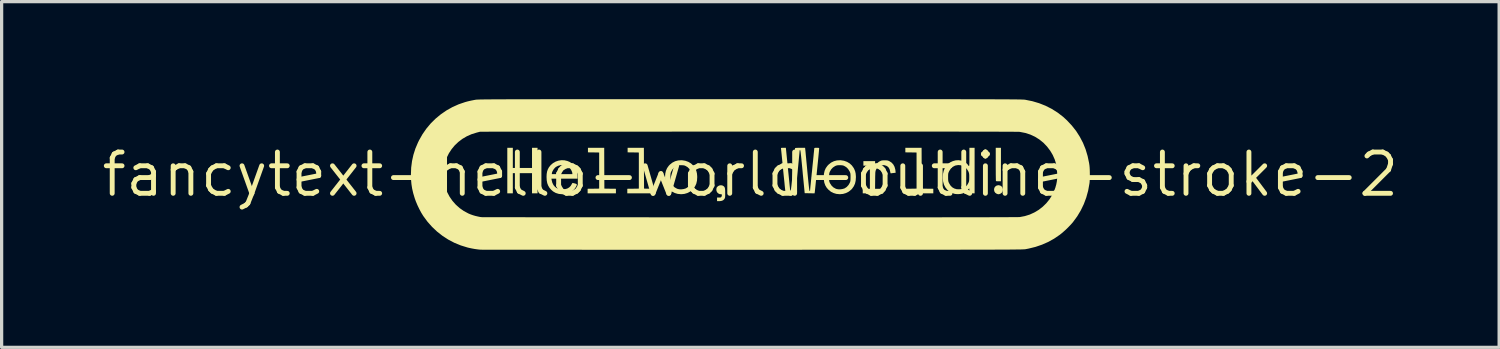
<source format=kicad_pcb>
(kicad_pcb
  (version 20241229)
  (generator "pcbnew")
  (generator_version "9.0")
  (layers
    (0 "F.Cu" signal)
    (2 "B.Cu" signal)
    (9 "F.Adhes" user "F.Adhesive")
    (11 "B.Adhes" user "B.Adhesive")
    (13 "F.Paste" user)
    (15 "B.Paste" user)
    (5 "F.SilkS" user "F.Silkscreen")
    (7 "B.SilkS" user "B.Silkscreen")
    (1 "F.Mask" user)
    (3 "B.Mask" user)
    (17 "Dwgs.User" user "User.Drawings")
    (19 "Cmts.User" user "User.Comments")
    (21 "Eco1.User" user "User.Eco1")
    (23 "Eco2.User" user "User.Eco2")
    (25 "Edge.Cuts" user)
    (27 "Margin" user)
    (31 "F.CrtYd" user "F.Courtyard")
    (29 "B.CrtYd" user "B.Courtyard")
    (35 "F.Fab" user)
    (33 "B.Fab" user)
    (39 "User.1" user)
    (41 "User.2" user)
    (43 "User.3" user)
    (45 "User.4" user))
  (footprint "fancytext-hello-world-outline-stroke-2"
    (layer "F.Cu")
    (at 20.025 2.315)
    (property "Reference" "fancytext-hello-world-outline-stroke-2" (at 0 0 0) (layer "F.SilkS") (effects (font (size 1.27 1.27) (thickness 0.15))))
    (attr board_only exclude_from_pos_files exclude_from_bom)
    (fp_poly (pts (xy 7.552 0.203) (xy 7.55 0.192) (xy 7.549 0.163) (xy 7.548 0.118) (xy 7.547 0.058) (xy 7.546 -0.014) (xy 7.546 -0.096) (xy 7.545 -0.187) (xy 7.545 -0.284) (xy 7.545 -0.312) (xy 7.545 -0.82) (xy 7.625 -0.82) (xy 7.705 -0.82) (xy 7.705 -0.305) (xy 7.705 0.21) (xy 7.632 0.21) (xy 7.595 0.209) (xy 7.567 0.207) (xy 7.552 0.204) (xy 7.552 0.203)) (stroke (width 0) (type solid)) (fill yes) (layer "F.SilkS"))
    (fp_poly (pts (xy -5.005 0.51) (xy -5.005 0.44) (xy -4.827 0.438) (xy -4.65 0.435) (xy -4.65 -0.12) (xy -4.65 -0.675) (xy -4.822 -0.678) (xy -4.995 -0.68) (xy -4.995 -0.75) (xy -4.995 -0.82) (xy -4.745 -0.82) (xy -4.495 -0.82) (xy -4.493 -0.193) (xy -4.49 0.435) (xy -4.312 0.438) (xy -4.135 0.44) (xy -4.135 0.51) (xy -4.135 0.58) (xy -4.57 0.58) (xy -5.005 0.58) (xy -5.005 0.51)) (stroke (width 0) (type solid)) (fill yes) (layer "F.SilkS"))
    (fp_poly (pts (xy -3.785 0.51) (xy -3.785 0.44) (xy -3.607 0.438) (xy -3.43 0.435) (xy -3.43 -0.12) (xy -3.43 -0.675) (xy -3.603 -0.678) (xy -3.775 -0.68) (xy -3.775 -0.75) (xy -3.775 -0.82) (xy -3.525 -0.82) (xy -3.275 -0.82) (xy -3.273 -0.193) (xy -3.27 0.435) (xy -3.092 0.438) (xy -2.915 0.44) (xy -2.915 0.51) (xy -2.915 0.58) (xy -3.35 0.58) (xy -3.785 0.58) (xy -3.785 0.51)) (stroke (width 0) (type solid)) (fill yes) (layer "F.SilkS"))
    (fp_poly (pts (xy 4.755 0.51) (xy 4.755 0.44) (xy 4.933 0.438) (xy 5.11 0.435) (xy 5.11 -0.12) (xy 5.11 -0.675) (xy 4.938 -0.678) (xy 4.765 -0.68) (xy 4.765 -0.75) (xy 4.765 -0.82) (xy 5.015 -0.82) (xy 5.265 -0.82) (xy 5.267 -0.193) (xy 5.27 0.435) (xy 5.447 0.438) (xy 5.625 0.44) (xy 5.625 0.51) (xy 5.625 0.58) (xy 5.19 0.58) (xy 4.755 0.58) (xy 4.755 0.51)) (stroke (width 0) (type solid)) (fill yes) (layer "F.SilkS"))
    (fp_poly (pts (xy 7.57 0.591) (xy 7.529 0.562) (xy 7.502 0.52) (xy 7.493 0.469) (xy 7.493 0.463) (xy 7.502 0.413) (xy 7.528 0.373) (xy 7.567 0.344) (xy 7.615 0.331) (xy 7.628 0.33) (xy 7.68 0.339) (xy 7.721 0.364) (xy 7.75 0.402) (xy 7.764 0.452) (xy 7.765 0.472) (xy 7.756 0.52) (xy 7.729 0.562) (xy 7.688 0.592) (xy 7.678 0.596) (xy 7.645 0.607) (xy 7.617 0.608) (xy 7.584 0.597) (xy 7.57 0.591)) (stroke (width 0) (type solid)) (fill yes) (layer "F.SilkS"))
    (fp_poly (pts (xy -7.475 -0.12) (xy -7.475 -0.82) (xy -7.39 -0.82) (xy -7.305 -0.82) (xy -7.305 -0.51) (xy -7.305 -0.2) (xy -7.01 -0.2) (xy -6.715 -0.2) (xy -6.715 -0.51) (xy -6.715 -0.82) (xy -6.63 -0.82) (xy -6.545 -0.82) (xy -6.545 -0.12) (xy -6.545 0.58) (xy -6.63 0.58) (xy -6.715 0.58) (xy -6.715 0.27) (xy -6.715 -0.04) (xy -7.01 -0.04) (xy -7.305 -0.04) (xy -7.305 0.27) (xy -7.305 0.58) (xy -7.39 0.58) (xy -7.475 0.58) (xy -7.475 -0.12)) (stroke (width 0) (type solid)) (fill yes) (layer "F.SilkS"))
    (fp_poly (pts (xy -1.025 0.765) (xy -1.025 0.71) (xy -0.965 0.71) (xy -0.93 0.709) (xy -0.91 0.705) (xy -0.896 0.695) (xy -0.89 0.686) (xy -0.879 0.657) (xy -0.877 0.633) (xy -0.882 0.613) (xy -0.896 0.607) (xy -0.907 0.608) (xy -0.945 0.604) (xy -0.985 0.585) (xy -1.017 0.555) (xy -1.026 0.543) (xy -1.043 0.502) (xy -1.047 0.456) (xy -1.04 0.413) (xy -1.03 0.394) (xy -0.996 0.359) (xy -0.952 0.338) (xy -0.904 0.331) (xy -0.857 0.34) (xy -0.838 0.35) (xy -0.815 0.366) (xy -0.799 0.384) (xy -0.787 0.409) (xy -0.78 0.443) (xy -0.776 0.489) (xy -0.775 0.55) (xy -0.775 0.573) (xy -0.775 0.63) (xy -0.776 0.671) (xy -0.778 0.7) (xy -0.783 0.721) (xy -0.789 0.736) (xy -0.798 0.751) (xy -0.83 0.787) (xy -0.873 0.809) (xy -0.928 0.819) (xy -0.958 0.82) (xy -1.025 0.82) (xy -1.025 0.765)) (stroke (width 0) (type solid)) (fill yes) (layer "F.SilkS"))
    (fp_poly (pts (xy 3.455 0.51) (xy 3.455 0.44) (xy 3.565 0.44) (xy 3.675 0.44) (xy 3.675 0.085) (xy 3.675 -0.27) (xy 3.575 -0.27) (xy 3.475 -0.27) (xy 3.475 -0.34) (xy 3.475 -0.41) (xy 3.655 -0.41) (xy 3.835 -0.41) (xy 3.835 -0.345) (xy 3.837 -0.305) (xy 3.843 -0.285) (xy 3.854 -0.284) (xy 3.872 -0.301) (xy 3.89 -0.328) (xy 3.918 -0.364) (xy 3.955 -0.392) (xy 3.979 -0.405) (xy 4.011 -0.42) (xy 4.038 -0.429) (xy 4.068 -0.433) (xy 4.107 -0.435) (xy 4.129 -0.435) (xy 4.176 -0.434) (xy 4.21 -0.431) (xy 4.239 -0.424) (xy 4.268 -0.411) (xy 4.277 -0.407) (xy 4.343 -0.364) (xy 4.395 -0.307) (xy 4.433 -0.236) (xy 4.456 -0.153) (xy 4.461 -0.117) (xy 4.467 -0.053) (xy 4.4 -0.045) (xy 4.363 -0.041) (xy 4.335 -0.037) (xy 4.32 -0.034) (xy 4.311 -0.04) (xy 4.303 -0.066) (xy 4.297 -0.096) (xy 4.28 -0.161) (xy 4.253 -0.211) (xy 4.214 -0.248) (xy 4.182 -0.266) (xy 4.118 -0.286) (xy 4.054 -0.289) (xy 3.993 -0.276) (xy 3.939 -0.247) (xy 3.913 -0.224) (xy 3.893 -0.197) (xy 3.872 -0.163) (xy 3.863 -0.145) (xy 3.856 -0.129) (xy 3.851 -0.113) (xy 3.847 -0.094) (xy 3.843 -0.071) (xy 3.841 -0.039) (xy 3.84 0.004) (xy 3.838 0.06) (xy 3.837 0.132) (xy 3.837 0.172) (xy 3.834 0.44) (xy 3.959 0.44) (xy 4.085 0.44) (xy 4.085 0.51) (xy 4.085 0.58) (xy 3.77 0.58) (xy 3.455 0.58) (xy 3.455 0.51)) (stroke (width 0) (type solid)) (fill yes) (layer "F.SilkS"))
    (fp_poly (pts (xy -5.719 -0.436) (xy -5.629 -0.415) (xy -5.56 -0.387) (xy -5.481 -0.335) (xy -5.417 -0.27) (xy -5.367 -0.192) (xy -5.334 -0.104) (xy -5.317 -0.006) (xy -5.315 0.047) (xy -5.315 0.13) (xy -6.118 0.13) (xy -6.111 0.172) (xy -6.09 0.255) (xy -6.055 0.326) (xy -6.006 0.383) (xy -5.946 0.425) (xy -5.933 0.431) (xy -5.881 0.447) (xy -5.818 0.455) (xy -5.751 0.456) (xy -5.688 0.449) (xy -5.635 0.434) (xy -5.63 0.432) (xy -5.572 0.398) (xy -5.528 0.355) (xy -5.499 0.307) (xy -5.484 0.281) (xy -5.473 0.264) (xy -5.469 0.26) (xy -5.458 0.262) (xy -5.432 0.268) (xy -5.4 0.276) (xy -5.363 0.287) (xy -5.343 0.298) (xy -5.337 0.314) (xy -5.344 0.339) (xy -5.362 0.378) (xy -5.362 0.378) (xy -5.394 0.427) (xy -5.438 0.476) (xy -5.488 0.521) (xy -5.539 0.555) (xy -5.569 0.569) (xy -5.673 0.598) (xy -5.779 0.608) (xy -5.883 0.599) (xy -5.901 0.595) (xy -5.989 0.567) (xy -6.068 0.521) (xy -6.125 0.471) (xy -6.179 0.408) (xy -6.219 0.34) (xy -6.247 0.266) (xy -6.263 0.18) (xy -6.268 0.081) (xy -6.268 0.07) (xy -6.264 -0.018) (xy -6.261 -0.033) (xy -6.105 -0.033) (xy -6.105 -0.01) (xy -5.475 -0.01) (xy -5.475 -0.037) (xy -5.482 -0.072) (xy -5.499 -0.114) (xy -5.522 -0.156) (xy -5.55 -0.192) (xy -5.556 -0.198) (xy -5.616 -0.244) (xy -5.686 -0.275) (xy -5.76 -0.289) (xy -5.836 -0.286) (xy -5.909 -0.268) (xy -5.977 -0.233) (xy -5.993 -0.221) (xy -6.025 -0.189) (xy -6.056 -0.149) (xy -6.082 -0.105) (xy -6.099 -0.064) (xy -6.105 -0.033) (xy -6.261 -0.033) (xy -6.251 -0.092) (xy -6.228 -0.158) (xy -6.195 -0.22) (xy -6.137 -0.292) (xy -6.067 -0.351) (xy -5.987 -0.396) (xy -5.901 -0.425) (xy -5.81 -0.439)) (stroke (width 0) (type solid)) (fill yes) (layer "F.SilkS"))
    (fp_poly (pts (xy -2.1 -0.437) (xy -2 -0.421) (xy -1.908 -0.388) (xy -1.827 -0.34) (xy -1.759 -0.277) (xy -1.704 -0.2) (xy -1.686 -0.166) (xy -1.659 -0.099) (xy -1.643 -0.03) (xy -1.636 0.048) (xy -1.635 0.085) (xy -1.642 0.19) (xy -1.663 0.282) (xy -1.7 0.363) (xy -1.752 0.437) (xy -1.779 0.466) (xy -1.854 0.527) (xy -1.939 0.571) (xy -2.031 0.598) (xy -2.128 0.607) (xy -2.228 0.598) (xy -2.243 0.595) (xy -2.329 0.569) (xy -2.403 0.531) (xy -2.471 0.477) (xy -2.532 0.41) (xy -2.577 0.335) (xy -2.607 0.251) (xy -2.622 0.155) (xy -2.625 0.09) (xy -2.46 0.09) (xy -2.46 0.143) (xy -2.458 0.181) (xy -2.455 0.209) (xy -2.449 0.231) (xy -2.44 0.253) (xy -2.432 0.27) (xy -2.385 0.342) (xy -2.328 0.397) (xy -2.259 0.436) (xy -2.232 0.446) (xy -2.18 0.456) (xy -2.118 0.457) (xy -2.055 0.449) (xy -1.998 0.433) (xy -1.98 0.426) (xy -1.917 0.384) (xy -1.864 0.326) (xy -1.826 0.261) (xy -1.815 0.235) (xy -1.807 0.211) (xy -1.803 0.184) (xy -1.801 0.149) (xy -1.8 0.101) (xy -1.8 0.085) (xy -1.8 0.033) (xy -1.802 -0.004) (xy -1.805 -0.032) (xy -1.812 -0.055) (xy -1.822 -0.081) (xy -1.833 -0.102) (xy -1.877 -0.171) (xy -1.933 -0.226) (xy -1.994 -0.262) (xy -2.022 -0.274) (xy -2.052 -0.281) (xy -2.09 -0.284) (xy -2.13 -0.285) (xy -2.177 -0.284) (xy -2.211 -0.281) (xy -2.24 -0.273) (xy -2.27 -0.261) (xy -2.277 -0.257) (xy -2.342 -0.214) (xy -2.397 -0.155) (xy -2.434 -0.091) (xy -2.445 -0.066) (xy -2.452 -0.042) (xy -2.457 -0.016) (xy -2.459 0.018) (xy -2.46 0.064) (xy -2.46 0.09) (xy -2.625 0.09) (xy -2.625 0.085) (xy -2.618 -0.02) (xy -2.598 -0.112) (xy -2.562 -0.194) (xy -2.511 -0.266) (xy -2.476 -0.303) (xy -2.398 -0.365) (xy -2.312 -0.408) (xy -2.219 -0.432) (xy -2.119 -0.438)) (stroke (width 0) (type solid)) (fill yes) (layer "F.SilkS"))
    (fp_poly (pts (xy 2.78 -0.437) (xy 2.881 -0.421) (xy 2.972 -0.388) (xy 3.053 -0.34) (xy 3.121 -0.277) (xy 3.176 -0.2) (xy 3.194 -0.166) (xy 3.221 -0.099) (xy 3.237 -0.03) (xy 3.244 0.048) (xy 3.245 0.085) (xy 3.238 0.19) (xy 3.217 0.282) (xy 3.18 0.363) (xy 3.128 0.437) (xy 3.101 0.466) (xy 3.026 0.527) (xy 2.941 0.571) (xy 2.849 0.598) (xy 2.752 0.607) (xy 2.652 0.598) (xy 2.637 0.595) (xy 2.551 0.569) (xy 2.477 0.531) (xy 2.409 0.477) (xy 2.348 0.41) (xy 2.303 0.335) (xy 2.273 0.251) (xy 2.258 0.155) (xy 2.255 0.09) (xy 2.42 0.09) (xy 2.42 0.143) (xy 2.422 0.181) (xy 2.425 0.209) (xy 2.431 0.231) (xy 2.44 0.253) (xy 2.448 0.27) (xy 2.495 0.342) (xy 2.552 0.397) (xy 2.621 0.436) (xy 2.648 0.446) (xy 2.7 0.456) (xy 2.762 0.457) (xy 2.825 0.449) (xy 2.882 0.433) (xy 2.9 0.426) (xy 2.963 0.384) (xy 3.016 0.326) (xy 3.054 0.261) (xy 3.065 0.235) (xy 3.073 0.211) (xy 3.077 0.184) (xy 3.079 0.149) (xy 3.08 0.101) (xy 3.08 0.085) (xy 3.08 0.033) (xy 3.078 -0.004) (xy 3.075 -0.032) (xy 3.068 -0.055) (xy 3.058 -0.081) (xy 3.047 -0.102) (xy 3.003 -0.171) (xy 2.947 -0.226) (xy 2.886 -0.262) (xy 2.858 -0.274) (xy 2.828 -0.281) (xy 2.79 -0.284) (xy 2.75 -0.285) (xy 2.703 -0.284) (xy 2.669 -0.281) (xy 2.64 -0.273) (xy 2.61 -0.261) (xy 2.603 -0.257) (xy 2.538 -0.214) (xy 2.483 -0.155) (xy 2.446 -0.091) (xy 2.435 -0.066) (xy 2.428 -0.042) (xy 2.423 -0.016) (xy 2.421 0.018) (xy 2.42 0.064) (xy 2.42 0.09) (xy 2.255 0.09) (xy 2.255 0.085) (xy 2.262 -0.02) (xy 2.282 -0.112) (xy 2.318 -0.194) (xy 2.369 -0.266) (xy 2.404 -0.303) (xy 2.482 -0.365) (xy 2.568 -0.408) (xy 2.661 -0.432) (xy 2.761 -0.438)) (stroke (width 0) (type solid)) (fill yes) (layer "F.SilkS"))
    (fp_poly (pts (xy 6.895 0.58) (xy 6.735 0.58) (xy 6.735 0.505) (xy 6.734 0.469) (xy 6.733 0.443) (xy 6.73 0.43) (xy 6.73 0.43) (xy 6.721 0.437) (xy 6.702 0.454) (xy 6.676 0.48) (xy 6.662 0.493) (xy 6.621 0.533) (xy 6.583 0.559) (xy 6.543 0.578) (xy 6.542 0.579) (xy 6.469 0.598) (xy 6.389 0.605) (xy 6.31 0.601) (xy 6.279 0.596) (xy 6.19 0.566) (xy 6.111 0.52) (xy 6.055 0.471) (xy 5.997 0.4) (xy 5.954 0.317) (xy 5.927 0.222) (xy 5.916 0.115) (xy 5.915 0.085) (xy 5.915 0.085) (xy 6.08 0.085) (xy 6.08 0.137) (xy 6.082 0.175) (xy 6.086 0.204) (xy 6.092 0.228) (xy 6.103 0.254) (xy 6.108 0.265) (xy 6.151 0.337) (xy 6.205 0.393) (xy 6.269 0.431) (xy 6.343 0.453) (xy 6.422 0.456) (xy 6.479 0.45) (xy 6.528 0.435) (xy 6.548 0.426) (xy 6.613 0.384) (xy 6.666 0.325) (xy 6.704 0.261) (xy 6.715 0.235) (xy 6.723 0.211) (xy 6.727 0.184) (xy 6.729 0.149) (xy 6.73 0.101) (xy 6.73 0.085) (xy 6.73 0.033) (xy 6.728 -0.005) (xy 6.724 -0.034) (xy 6.717 -0.059) (xy 6.707 -0.085) (xy 6.701 -0.098) (xy 6.659 -0.166) (xy 6.605 -0.22) (xy 6.541 -0.26) (xy 6.469 -0.283) (xy 6.394 -0.29) (xy 6.317 -0.278) (xy 6.289 -0.269) (xy 6.221 -0.233) (xy 6.164 -0.18) (xy 6.118 -0.112) (xy 6.112 -0.101) (xy 6.099 -0.072) (xy 6.089 -0.048) (xy 6.084 -0.024) (xy 6.081 0.006) (xy 6.08 0.047) (xy 6.08 0.085) (xy 5.915 0.085) (xy 5.923 -0.02) (xy 5.946 -0.118) (xy 5.983 -0.205) (xy 6.034 -0.281) (xy 6.071 -0.319) (xy 6.144 -0.373) (xy 6.226 -0.411) (xy 6.312 -0.434) (xy 6.401 -0.439) (xy 6.489 -0.426) (xy 6.572 -0.396) (xy 6.575 -0.395) (xy 6.602 -0.378) (xy 6.633 -0.354) (xy 6.662 -0.326) (xy 6.687 -0.3) (xy 6.702 -0.279) (xy 6.705 -0.27) (xy 6.713 -0.261) (xy 6.72 -0.26) (xy 6.724 -0.262) (xy 6.728 -0.27) (xy 6.731 -0.286) (xy 6.732 -0.312) (xy 6.734 -0.35) (xy 6.735 -0.401) (xy 6.735 -0.47) (xy 6.735 -0.54) (xy 6.735 -0.82) (xy 6.895 -0.82)) (stroke (width 0) (type solid)) (fill yes) (layer "F.SilkS"))
    (fp_poly (pts (xy 1.081 0.568) (xy 1.079 0.556) (xy 1.076 0.526) (xy 1.071 0.479) (xy 1.064 0.417) (xy 1.056 0.343) (xy 1.048 0.256) (xy 1.038 0.16) (xy 1.027 0.055) (xy 1.016 -0.056) (xy 1.01 -0.115) (xy 0.999 -0.229) (xy 0.988 -0.338) (xy 0.978 -0.439) (xy 0.969 -0.531) (xy 0.961 -0.612) (xy 0.954 -0.682) (xy 0.948 -0.737) (xy 0.944 -0.776) (xy 0.941 -0.798) (xy 0.941 -0.802) (xy 0.941 -0.811) (xy 0.949 -0.817) (xy 0.968 -0.819) (xy 1.003 -0.82) (xy 1.014 -0.82) (xy 1.091 -0.82) (xy 1.154 -0.193) (xy 1.165 -0.081) (xy 1.176 0.025) (xy 1.186 0.124) (xy 1.195 0.214) (xy 1.203 0.294) (xy 1.21 0.361) (xy 1.216 0.415) (xy 1.22 0.452) (xy 1.222 0.471) (xy 1.222 0.473) (xy 1.226 0.494) (xy 1.23 0.506) (xy 1.234 0.508) (xy 1.238 0.5) (xy 1.243 0.479) (xy 1.249 0.446) (xy 1.255 0.399) (xy 1.263 0.338) (xy 1.271 0.26) (xy 1.281 0.167) (xy 1.292 0.055) (xy 1.305 -0.075) (xy 1.312 -0.146) (xy 1.322 -0.258) (xy 1.333 -0.364) (xy 1.342 -0.463) (xy 1.35 -0.553) (xy 1.358 -0.632) (xy 1.364 -0.698) (xy 1.369 -0.75) (xy 1.372 -0.787) (xy 1.374 -0.805) (xy 1.374 -0.807) (xy 1.38 -0.813) (xy 1.397 -0.816) (xy 1.428 -0.818) (xy 1.475 -0.82) (xy 1.529 -0.82) (xy 1.682 -0.82) (xy 1.688 -0.767) (xy 1.69 -0.748) (xy 1.694 -0.711) (xy 1.699 -0.658) (xy 1.705 -0.59) (xy 1.713 -0.51) (xy 1.721 -0.42) (xy 1.731 -0.321) (xy 1.741 -0.216) (xy 1.751 -0.105) (xy 1.751 -0.102) (xy 1.764 0.03) (xy 1.775 0.144) (xy 1.785 0.24) (xy 1.793 0.32) (xy 1.8 0.384) (xy 1.806 0.433) (xy 1.811 0.47) (xy 1.816 0.494) (xy 1.819 0.507) (xy 1.822 0.51) (xy 1.834 0.502) (xy 1.835 0.497) (xy 1.836 0.486) (xy 1.839 0.456) (xy 1.843 0.409) (xy 1.849 0.348) (xy 1.857 0.273) (xy 1.865 0.187) (xy 1.875 0.092) (xy 1.885 -0.012) (xy 1.897 -0.121) (xy 1.9 -0.155) (xy 1.911 -0.266) (xy 1.922 -0.372) (xy 1.932 -0.47) (xy 1.941 -0.559) (xy 1.948 -0.637) (xy 1.955 -0.702) (xy 1.96 -0.753) (xy 1.963 -0.788) (xy 1.965 -0.806) (xy 1.965 -0.807) (xy 1.972 -0.815) (xy 1.995 -0.819) (xy 2.035 -0.82) (xy 2.04 -0.82) (xy 2.078 -0.82) (xy 2.101 -0.817) (xy 2.112 -0.813) (xy 2.115 -0.804) (xy 2.115 -0.799) (xy 2.114 -0.785) (xy 2.111 -0.753) (xy 2.107 -0.706) (xy 2.101 -0.645) (xy 2.094 -0.572) (xy 2.086 -0.489) (xy 2.077 -0.398) (xy 2.067 -0.302) (xy 2.057 -0.203) (xy 2.047 -0.102) (xy 2.037 -0.001) (xy 2.027 0.097) (xy 2.017 0.191) (xy 2.008 0.278) (xy 2 0.357) (xy 1.993 0.424) (xy 1.987 0.479) (xy 1.983 0.52) (xy 1.98 0.543) (xy 1.979 0.548) (xy 1.974 0.581) (xy 1.822 0.578) (xy 1.67 0.575) (xy 1.634 0.205) (xy 1.624 0.104) (xy 1.613 -0.005) (xy 1.603 -0.118) (xy 1.592 -0.229) (xy 1.582 -0.332) (xy 1.573 -0.423) (xy 1.57 -0.458) (xy 1.561 -0.547) (xy 1.553 -0.618) (xy 1.547 -0.672) (xy 1.541 -0.71) (xy 1.536 -0.735) (xy 1.531 -0.748) (xy 1.528 -0.75) (xy 1.516 -0.743) (xy 1.515 -0.738) (xy 1.514 -0.725) (xy 1.511 -0.694) (xy 1.507 -0.648) (xy 1.501 -0.587) (xy 1.494 -0.515) (xy 1.487 -0.434) (xy 1.478 -0.345) (xy 1.469 -0.251) (xy 1.459 -0.153) (xy 1.45 -0.054) (xy 1.44 0.044) (xy 1.431 0.139) (xy 1.422 0.229) (xy 1.414 0.312) (xy 1.406 0.385) (xy 1.4 0.448) (xy 1.395 0.497) (xy 1.391 0.531) (xy 1.39 0.547) (xy 1.389 0.547) (xy 1.384 0.58) (xy 1.234 0.58) (xy 1.172 0.58) (xy 1.127 0.578) (xy 1.099 0.575) (xy 1.084 0.571) (xy 1.081 0.568)) (stroke (width 0) (type solid)) (fill yes) (layer "F.SilkS"))
    (fp_poly (pts (xy 0.962 -2.315) (xy 1.414 -2.315) (xy 1.848 -2.315) (xy 2.263 -2.315) (xy 2.66 -2.315) (xy 3.039 -2.315) (xy 3.401 -2.315) (xy 3.747 -2.315) (xy 4.076 -2.315) (xy 4.389 -2.315) (xy 4.687 -2.315) (xy 4.969 -2.315) (xy 5.237 -2.314) (xy 5.49 -2.314) (xy 5.73 -2.314) (xy 5.956 -2.314) (xy 6.169 -2.314) (xy 6.369 -2.314) (xy 6.556 -2.313) (xy 6.732 -2.313) (xy 6.897 -2.313) (xy 7.05 -2.313) (xy 7.192 -2.312) (xy 7.325 -2.312) (xy 7.447 -2.312) (xy 7.56 -2.311) (xy 7.664 -2.311) (xy 7.759 -2.311) (xy 7.845 -2.31) (xy 7.924 -2.31) (xy 7.996 -2.309) (xy 8.06 -2.309) (xy 8.118 -2.308) (xy 8.17 -2.308) (xy 8.215 -2.307) (xy 8.256 -2.306) (xy 8.291 -2.306) (xy 8.321 -2.305) (xy 8.348 -2.304) (xy 8.37 -2.303) (xy 8.389 -2.303) (xy 8.405 -2.302) (xy 8.419 -2.301) (xy 8.43 -2.3) (xy 8.44 -2.299) (xy 8.448 -2.298) (xy 8.454 -2.297) (xy 8.671 -2.253) (xy 8.88 -2.191) (xy 9.079 -2.112) (xy 9.268 -2.016) (xy 9.447 -1.903) (xy 9.615 -1.774) (xy 9.733 -1.666) (xy 9.883 -1.506) (xy 10.016 -1.338) (xy 10.13 -1.159) (xy 10.228 -0.972) (xy 10.308 -0.774) (xy 10.37 -0.567) (xy 10.416 -0.349) (xy 10.427 -0.275) (xy 10.432 -0.22) (xy 10.436 -0.151) (xy 10.438 -0.072) (xy 10.439 0.012) (xy 10.438 0.095) (xy 10.435 0.173) (xy 10.431 0.24) (xy 10.426 0.28) (xy 10.387 0.497) (xy 10.329 0.708) (xy 10.254 0.91) (xy 10.161 1.103) (xy 10.051 1.287) (xy 9.924 1.46) (xy 9.92 1.466) (xy 9.857 1.538) (xy 9.782 1.616) (xy 9.702 1.695) (xy 9.619 1.769) (xy 9.541 1.834) (xy 9.51 1.858) (xy 9.337 1.976) (xy 9.156 2.076) (xy 8.967 2.159) (xy 8.768 2.227) (xy 8.557 2.279) (xy 8.464 2.297) (xy 8.458 2.298) (xy 8.45 2.299) (xy 8.441 2.3) (xy 8.43 2.301) (xy 8.417 2.302) (xy 8.401 2.302) (xy 8.382 2.303) (xy 8.359 2.304) (xy 8.333 2.305) (xy 8.302 2.306) (xy 8.267 2.306) (xy 8.226 2.307) (xy 8.181 2.307) (xy 8.129 2.308) (xy 8.071 2.309) (xy 8.006 2.309) (xy 7.934 2.31) (xy 7.854 2.31) (xy 7.767 2.311) (xy 7.671 2.311) (xy 7.567 2.311) (xy 7.453 2.312) (xy 7.33 2.312) (xy 7.197 2.312) (xy 7.054 2.313) (xy 6.899 2.313) (xy 6.734 2.313) (xy 6.557 2.313) (xy 6.368 2.314) (xy 6.167 2.314) (xy 5.953 2.314) (xy 5.726 2.314) (xy 5.485 2.314) (xy 5.23 2.315) (xy 4.961 2.315) (xy 4.677 2.315) (xy 4.377 2.315) (xy 4.063 2.315) (xy 3.732 2.315) (xy 3.384 2.315) (xy 3.02 2.315) (xy 2.639 2.315) (xy 2.24 2.315) (xy 1.823 2.315) (xy 1.387 2.316) (xy 0.933 2.316) (xy 0.459 2.316) (xy 0.05 2.316) (xy -0.357 2.316) (xy -0.76 2.316) (xy -1.157 2.316) (xy -1.549 2.316) (xy -2.313 2.316) (xy -2.684 2.316) (xy -3.048 2.316) (xy -3.404 2.316) (xy -3.751 2.316) (xy -4.089 2.316) (xy -4.418 2.316) (xy -4.737 2.316) (xy -5.045 2.316) (xy -5.343 2.315) (xy -5.629 2.315) (xy -5.903 2.315) (xy -6.165 2.315) (xy -6.414 2.315) (xy -6.65 2.315) (xy -6.873 2.315) (xy -7.081 2.315) (xy -7.274 2.315) (xy -7.453 2.315) (xy -7.616 2.314) (xy -7.762 2.314) (xy -7.893 2.314) (xy -8.006 2.314) (xy -8.102 2.314) (xy -8.18 2.314) (xy -8.239 2.314) (xy -8.28 2.313) (xy -8.302 2.313) (xy -8.305 2.313) (xy -8.387 2.304) (xy -8.48 2.291) (xy -8.577 2.273) (xy -8.67 2.253) (xy -8.701 2.245) (xy -8.905 2.182) (xy -9.101 2.102) (xy -9.288 2.004) (xy -9.466 1.889) (xy -9.632 1.759) (xy -9.787 1.613) (xy -9.93 1.452) (xy -10.059 1.277) (xy -10.06 1.275) (xy -10.121 1.176) (xy -10.181 1.064) (xy -10.238 0.945) (xy -10.288 0.826) (xy -10.323 0.728) (xy -10.368 0.577) (xy -10.401 0.435) (xy -10.423 0.294) (xy -10.436 0.148) (xy -10.439 0) (xy -10.436 -0.072) (xy -9.44 -0.072) (xy -9.439 0.086) (xy -9.419 0.242) (xy -9.381 0.397) (xy -9.324 0.544) (xy -9.251 0.682) (xy -9.162 0.811) (xy -9.059 0.928) (xy -8.942 1.033) (xy -8.812 1.124) (xy -8.672 1.199) (xy -8.6 1.229) (xy -8.535 1.252) (xy -8.461 1.274) (xy -8.384 1.292) (xy -8.312 1.307) (xy -8.265 1.313) (xy -8.253 1.313) (xy -8.222 1.314) (xy -8.172 1.314) (xy -8.103 1.314) (xy -8.016 1.314) (xy -7.912 1.314) (xy -7.79 1.314) (xy -7.651 1.315) (xy -7.496 1.315) (xy -7.326 1.315) (xy -7.14 1.315) (xy -6.939 1.315) (xy -6.724 1.316) (xy -6.496 1.316) (xy -6.253 1.316) (xy -5.998 1.316) (xy -5.73 1.316) (xy -5.45 1.316) (xy -5.159 1.317) (xy -4.857 1.317) (xy -4.544 1.317) (xy -4.22 1.317) (xy -3.888 1.317) (xy -3.546 1.317) (xy -3.195 1.317) (xy -2.836 1.318) (xy -2.469 1.318) (xy -2.095 1.318) (xy -1.714 1.318) (xy -1.327 1.318) (xy -0.934 1.318) (xy -0.535 1.318) (xy -0.131 1.318) (xy -0.015 1.318) (xy 0.539 1.319) (xy 1.072 1.319) (xy 1.586 1.319) (xy 2.08 1.319) (xy 2.554 1.319) (xy 3.009 1.319) (xy 3.445 1.319) (xy 3.86 1.318) (xy 4.257 1.318) (xy 4.634 1.318) (xy 4.993 1.318) (xy 5.332 1.318) (xy 5.652 1.318) (xy 5.954 1.317) (xy 6.237 1.317) (xy 6.5 1.317) (xy 6.746 1.316) (xy 6.973 1.316) (xy 7.181 1.316) (xy 7.371 1.315) (xy 7.543 1.315) (xy 7.697 1.314) (xy 7.833 1.314) (xy 7.95 1.313) (xy 8.05 1.313) (xy 8.132 1.312) (xy 8.196 1.312) (xy 8.243 1.311) (xy 8.272 1.31) (xy 8.283 1.31) (xy 8.44 1.28) (xy 8.591 1.233) (xy 8.733 1.168) (xy 8.867 1.088) (xy 8.989 0.993) (xy 9.1 0.885) (xy 9.198 0.764) (xy 9.281 0.632) (xy 9.347 0.49) (xy 9.379 0.403) (xy 9.407 0.303) (xy 9.425 0.208) (xy 9.435 0.11) (xy 9.439 0.001) (xy 9.439 0) (xy 9.43 -0.162) (xy 9.404 -0.315) (xy 9.359 -0.461) (xy 9.296 -0.602) (xy 9.22 -0.73) (xy 9.121 -0.86) (xy 9.01 -0.976) (xy 8.886 -1.076) (xy 8.752 -1.16) (xy 8.608 -1.227) (xy 8.456 -1.276) (xy 8.297 -1.307) (xy 8.271 -1.311) (xy 8.256 -1.311) (xy 8.223 -1.312) (xy 8.173 -1.313) (xy 8.106 -1.313) (xy 8.02 -1.314) (xy 7.917 -1.314) (xy 7.796 -1.315) (xy 7.656 -1.315) (xy 7.499 -1.316) (xy 7.324 -1.316) (xy 7.13 -1.316) (xy 6.917 -1.317) (xy 6.687 -1.317) (xy 6.438 -1.317) (xy 6.17 -1.318) (xy 5.883 -1.318) (xy 5.578 -1.318) (xy 5.254 -1.318) (xy 4.911 -1.318) (xy 4.548 -1.318) (xy 4.167 -1.319) (xy 3.766 -1.319) (xy 3.346 -1.319) (xy 2.907 -1.319) (xy 2.448 -1.319) (xy 1.97 -1.318) (xy 1.472 -1.318) (xy 0.954 -1.318) (xy 0.416 -1.318) (xy -0.065 -1.318) (xy -8.31 -1.315) (xy -8.415 -1.288) (xy -8.573 -1.239) (xy -8.72 -1.174) (xy -8.855 -1.095) (xy -8.979 -1.001) (xy -9.09 -0.896) (xy -9.187 -0.779) (xy -9.27 -0.653) (xy -9.337 -0.518) (xy -9.389 -0.375) (xy -9.423 -0.226) (xy -9.44 -0.072) (xy -10.436 -0.072) (xy -10.431 -0.21) (xy -10.405 -0.411) (xy -10.362 -0.605) (xy -10.301 -0.797) (xy -10.22 -0.987) (xy -10.188 -1.052) (xy -10.084 -1.236) (xy -9.964 -1.409) (xy -9.829 -1.57) (xy -9.68 -1.717) (xy -9.518 -1.851) (xy -9.346 -1.969) (xy -9.162 -2.072) (xy -8.97 -2.158) (xy -8.77 -2.226) (xy -8.701 -2.245) (xy -8.639 -2.26) (xy -8.569 -2.275) (xy -8.503 -2.288) (xy -8.455 -2.297) (xy -8.447 -2.298) (xy -8.439 -2.299) (xy -8.43 -2.3) (xy -8.418 -2.301) (xy -8.404 -2.302) (xy -8.388 -2.303) (xy -8.369 -2.303) (xy -8.346 -2.304) (xy -8.32 -2.305) (xy -8.289 -2.306) (xy -8.254 -2.306) (xy -8.213 -2.307) (xy -8.167 -2.308) (xy -8.116 -2.308) (xy -8.058 -2.309) (xy -7.993 -2.309) (xy -7.922 -2.31) (xy -7.843 -2.31) (xy -7.756 -2.311) (xy -7.66 -2.311) (xy -7.556 -2.311) (xy -7.443 -2.312) (xy -7.321 -2.312) (xy -7.188 -2.312) (xy -7.046 -2.313) (xy -6.892 -2.313) (xy -6.728 -2.313) (xy -6.552 -2.313) (xy -6.364 -2.314) (xy -6.164 -2.314) (xy -5.951 -2.314) (xy -5.725 -2.314) (xy -5.485 -2.314) (xy -5.231 -2.314) (xy -4.963 -2.315) (xy -4.681 -2.315) (xy -4.383 -2.315) (xy -4.07 -2.315) (xy -3.74 -2.315) (xy -3.395 -2.315) (xy -3.032 -2.315) (xy -2.653 -2.315) (xy -2.255 -2.315) (xy -1.84 -2.315) (xy -1.407 -2.315) (xy -0.954 -2.315) (xy 0.491 -2.315)) (stroke (width 0) (type solid)) (fill yes) (layer "F.SilkS")))
  (gr_rect
    (start -3 -3)
    (end 43.05 7.631)
    (stroke (width 0.1) (type default))
    (fill no)
    (layer "Edge.Cuts")))
</source>
